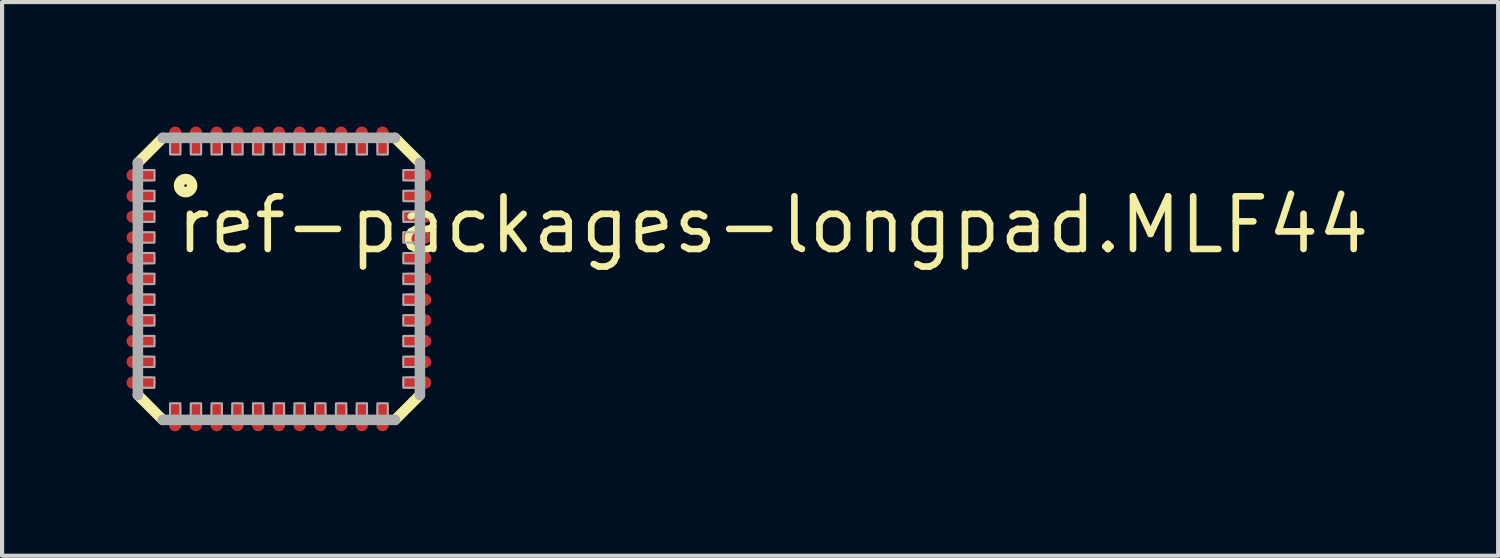
<source format=kicad_pcb>
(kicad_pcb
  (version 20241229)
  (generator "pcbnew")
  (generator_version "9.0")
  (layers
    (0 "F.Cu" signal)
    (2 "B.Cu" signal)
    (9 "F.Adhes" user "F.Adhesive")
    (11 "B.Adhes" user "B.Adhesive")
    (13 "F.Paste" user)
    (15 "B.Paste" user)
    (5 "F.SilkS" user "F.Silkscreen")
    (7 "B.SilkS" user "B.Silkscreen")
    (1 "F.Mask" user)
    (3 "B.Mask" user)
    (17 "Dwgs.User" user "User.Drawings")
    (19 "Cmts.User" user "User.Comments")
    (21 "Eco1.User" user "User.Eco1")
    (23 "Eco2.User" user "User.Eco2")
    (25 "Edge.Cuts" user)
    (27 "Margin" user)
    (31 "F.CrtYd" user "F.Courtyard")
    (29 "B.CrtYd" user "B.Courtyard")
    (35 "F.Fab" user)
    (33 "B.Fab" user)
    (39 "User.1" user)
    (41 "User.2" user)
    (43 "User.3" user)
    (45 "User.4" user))
  (footprint "ref-packages-longpad.MLF44"
    (layer "F.Cu")
    (at 3.675 3.675)
    (property "Reference" "ref-packages-longpad.MLF44" (at -2.552 -0.558 0) (layer "F.SilkS") (effects (font (size 1.27 1.27) (thickness 0.16)) (justify left bottom)))
    (attr smd)
    (fp_line (start -3.4 -2.8) (end -2.8 -3.4) (stroke (width 0.254) (type default)) (layer "F.SilkS"))
    (fp_line (start -2.8 3.4) (end -3.4 2.8) (stroke (width 0.254) (type default)) (layer "F.SilkS"))
    (fp_line (start 2.8 -3.4) (end 3.4 -2.8) (stroke (width 0.254) (type default)) (layer "F.SilkS"))
    (fp_line (start 3.4 2.8) (end 2.8 3.4) (stroke (width 0.254) (type default)) (layer "F.SilkS"))
    (fp_circle (center -2.25 -2.25) (end -2.092 -2.25) (stroke (width 0.254) (type default)) (fill no) (layer "F.SilkS"))
    (fp_line (start -3.4 2.8) (end -3.4 -2.8) (stroke (width 0.254) (type default)) (layer "F.Fab"))
    (fp_line (start -2.8 -3.4) (end 2.8 -3.4) (stroke (width 0.254) (type default)) (layer "F.Fab"))
    (fp_line (start 2.8 3.4) (end -2.8 3.4) (stroke (width 0.254) (type default)) (layer "F.Fab"))
    (fp_line (start 3.4 -2.8) (end 3.4 2.8) (stroke (width 0.254) (type default)) (layer "F.Fab"))
    (fp_rect (start -3.5 -2.375) (end -3 -2.625) (stroke (width 0.05) (type default)) (fill no) (layer "F.Fab"))
    (fp_rect (start -3.5 -1.875) (end -3 -2.125) (stroke (width 0.05) (type default)) (fill no) (layer "F.Fab"))
    (fp_rect (start -3.5 -1.375) (end -3 -1.625) (stroke (width 0.05) (type default)) (fill no) (layer "F.Fab"))
    (fp_rect (start -3.5 -0.875) (end -3 -1.125) (stroke (width 0.05) (type default)) (fill no) (layer "F.Fab"))
    (fp_rect (start -3.5 -0.375) (end -3 -0.625) (stroke (width 0.05) (type default)) (fill no) (layer "F.Fab"))
    (fp_rect (start -3.5 0.125) (end -3 -0.125) (stroke (width 0.05) (type default)) (fill no) (layer "F.Fab"))
    (fp_rect (start -3.5 0.625) (end -3 0.375) (stroke (width 0.05) (type default)) (fill no) (layer "F.Fab"))
    (fp_rect (start -3.5 1.125) (end -3 0.875) (stroke (width 0.05) (type default)) (fill no) (layer "F.Fab"))
    (fp_rect (start -3.5 1.625) (end -3 1.375) (stroke (width 0.05) (type default)) (fill no) (layer "F.Fab"))
    (fp_rect (start -3.5 2.125) (end -3 1.875) (stroke (width 0.05) (type default)) (fill no) (layer "F.Fab"))
    (fp_rect (start -3.5 2.625) (end -3 2.375) (stroke (width 0.05) (type default)) (fill no) (layer "F.Fab"))
    (fp_rect (start -2.625 -3) (end -2.375 -3.5) (stroke (width 0.05) (type default)) (fill no) (layer "F.Fab"))
    (fp_rect (start -2.625 3.5) (end -2.375 3) (stroke (width 0.05) (type default)) (fill no) (layer "F.Fab"))
    (fp_rect (start -2.125 -3) (end -1.875 -3.5) (stroke (width 0.05) (type default)) (fill no) (layer "F.Fab"))
    (fp_rect (start -2.125 3.5) (end -1.875 3) (stroke (width 0.05) (type default)) (fill no) (layer "F.Fab"))
    (fp_rect (start -1.625 -3) (end -1.375 -3.5) (stroke (width 0.05) (type default)) (fill no) (layer "F.Fab"))
    (fp_rect (start -1.625 3.5) (end -1.375 3) (stroke (width 0.05) (type default)) (fill no) (layer "F.Fab"))
    (fp_rect (start -1.125 -3) (end -0.875 -3.5) (stroke (width 0.05) (type default)) (fill no) (layer "F.Fab"))
    (fp_rect (start -1.125 3.5) (end -0.875 3) (stroke (width 0.05) (type default)) (fill no) (layer "F.Fab"))
    (fp_rect (start -0.625 -3) (end -0.375 -3.5) (stroke (width 0.05) (type default)) (fill no) (layer "F.Fab"))
    (fp_rect (start -0.625 3.5) (end -0.375 3) (stroke (width 0.05) (type default)) (fill no) (layer "F.Fab"))
    (fp_rect (start -0.125 -3) (end 0.125 -3.5) (stroke (width 0.05) (type default)) (fill no) (layer "F.Fab"))
    (fp_rect (start -0.125 3.5) (end 0.125 3) (stroke (width 0.05) (type default)) (fill no) (layer "F.Fab"))
    (fp_rect (start 0.375 -3) (end 0.625 -3.5) (stroke (width 0.05) (type default)) (fill no) (layer "F.Fab"))
    (fp_rect (start 0.375 3.5) (end 0.625 3) (stroke (width 0.05) (type default)) (fill no) (layer "F.Fab"))
    (fp_rect (start 0.875 -3) (end 1.125 -3.5) (stroke (width 0.05) (type default)) (fill no) (layer "F.Fab"))
    (fp_rect (start 0.875 3.5) (end 1.125 3) (stroke (width 0.05) (type default)) (fill no) (layer "F.Fab"))
    (fp_rect (start 1.375 -3) (end 1.625 -3.5) (stroke (width 0.05) (type default)) (fill no) (layer "F.Fab"))
    (fp_rect (start 1.375 3.5) (end 1.625 3) (stroke (width 0.05) (type default)) (fill no) (layer "F.Fab"))
    (fp_rect (start 1.875 -3) (end 2.125 -3.5) (stroke (width 0.05) (type default)) (fill no) (layer "F.Fab"))
    (fp_rect (start 1.875 3.5) (end 2.125 3) (stroke (width 0.05) (type default)) (fill no) (layer "F.Fab"))
    (fp_rect (start 2.375 -3) (end 2.625 -3.5) (stroke (width 0.05) (type default)) (fill no) (layer "F.Fab"))
    (fp_rect (start 2.375 3.5) (end 2.625 3) (stroke (width 0.05) (type default)) (fill no) (layer "F.Fab"))
    (fp_rect (start 3 -2.375) (end 3.5 -2.625) (stroke (width 0.05) (type default)) (fill no) (layer "F.Fab"))
    (fp_rect (start 3 -1.875) (end 3.5 -2.125) (stroke (width 0.05) (type default)) (fill no) (layer "F.Fab"))
    (fp_rect (start 3 -1.375) (end 3.5 -1.625) (stroke (width 0.05) (type default)) (fill no) (layer "F.Fab"))
    (fp_rect (start 3 -0.875) (end 3.5 -1.125) (stroke (width 0.05) (type default)) (fill no) (layer "F.Fab"))
    (fp_rect (start 3 -0.375) (end 3.5 -0.625) (stroke (width 0.05) (type default)) (fill no) (layer "F.Fab"))
    (fp_rect (start 3 0.125) (end 3.5 -0.125) (stroke (width 0.05) (type default)) (fill no) (layer "F.Fab"))
    (fp_rect (start 3 0.625) (end 3.5 0.375) (stroke (width 0.05) (type default)) (fill no) (layer "F.Fab"))
    (fp_rect (start 3 1.125) (end 3.5 0.875) (stroke (width 0.05) (type default)) (fill no) (layer "F.Fab"))
    (fp_rect (start 3 1.625) (end 3.5 1.375) (stroke (width 0.05) (type default)) (fill no) (layer "F.Fab"))
    (fp_rect (start 3 2.125) (end 3.5 1.875) (stroke (width 0.05) (type default)) (fill no) (layer "F.Fab"))
    (fp_rect (start 3 2.625) (end 3.5 2.375) (stroke (width 0.05) (type default)) (fill no) (layer "F.Fab"))
    (pad "1" smd roundrect (at -3.325 -2.5) (size 0.7 0.3) (layers "F.Cu" "F.Mask" "F.Paste") (roundrect_rratio 0.5))
    (pad "2" smd roundrect (at -3.325 -2) (size 0.7 0.3) (layers "F.Cu" "F.Mask" "F.Paste") (roundrect_rratio 0.5))
    (pad "3" smd roundrect (at -3.325 -1.5) (size 0.7 0.3) (layers "F.Cu" "F.Mask" "F.Paste") (roundrect_rratio 0.5))
    (pad "4" smd roundrect (at -3.325 -1) (size 0.7 0.3) (layers "F.Cu" "F.Mask" "F.Paste") (roundrect_rratio 0.5))
    (pad "5" smd roundrect (at -3.325 -0.5) (size 0.7 0.3) (layers "F.Cu" "F.Mask" "F.Paste") (roundrect_rratio 0.5))
    (pad "6" smd roundrect (at -3.325 0) (size 0.7 0.3) (layers "F.Cu" "F.Mask" "F.Paste") (roundrect_rratio 0.5))
    (pad "7" smd roundrect (at -3.325 0.5) (size 0.7 0.3) (layers "F.Cu" "F.Mask" "F.Paste") (roundrect_rratio 0.5))
    (pad "8" smd roundrect (at -3.325 1) (size 0.7 0.3) (layers "F.Cu" "F.Mask" "F.Paste") (roundrect_rratio 0.5))
    (pad "9" smd roundrect (at -3.325 1.5) (size 0.7 0.3) (layers "F.Cu" "F.Mask" "F.Paste") (roundrect_rratio 0.5))
    (pad "10" smd roundrect (at -3.325 2) (size 0.7 0.3) (layers "F.Cu" "F.Mask" "F.Paste") (roundrect_rratio 0.5))
    (pad "11" smd roundrect (at -3.325 2.5) (size 0.7 0.3) (layers "F.Cu" "F.Mask" "F.Paste") (roundrect_rratio 0.5))
    (pad "12" smd roundrect (at -2.5 3.325) (size 0.3 0.7) (layers "F.Cu" "F.Mask" "F.Paste") (roundrect_rratio 0.5))
    (pad "13" smd roundrect (at -2 3.325) (size 0.3 0.7) (layers "F.Cu" "F.Mask" "F.Paste") (roundrect_rratio 0.5))
    (pad "14" smd roundrect (at -1.5 3.325) (size 0.3 0.7) (layers "F.Cu" "F.Mask" "F.Paste") (roundrect_rratio 0.5))
    (pad "15" smd roundrect (at -1 3.325) (size 0.3 0.7) (layers "F.Cu" "F.Mask" "F.Paste") (roundrect_rratio 0.5))
    (pad "16" smd roundrect (at -0.5 3.325) (size 0.3 0.7) (layers "F.Cu" "F.Mask" "F.Paste") (roundrect_rratio 0.5))
    (pad "17" smd roundrect (at 0 3.325) (size 0.3 0.7) (layers "F.Cu" "F.Mask" "F.Paste") (roundrect_rratio 0.5))
    (pad "18" smd roundrect (at 0.5 3.325) (size 0.3 0.7) (layers "F.Cu" "F.Mask" "F.Paste") (roundrect_rratio 0.5))
    (pad "19" smd roundrect (at 1 3.325) (size 0.3 0.7) (layers "F.Cu" "F.Mask" "F.Paste") (roundrect_rratio 0.5))
    (pad "20" smd roundrect (at 1.5 3.325) (size 0.3 0.7) (layers "F.Cu" "F.Mask" "F.Paste") (roundrect_rratio 0.5))
    (pad "21" smd roundrect (at 2 3.325) (size 0.3 0.7) (layers "F.Cu" "F.Mask" "F.Paste") (roundrect_rratio 0.5))
    (pad "22" smd roundrect (at 2.5 3.325) (size 0.3 0.7) (layers "F.Cu" "F.Mask" "F.Paste") (roundrect_rratio 0.5))
    (pad "23" smd roundrect (at 3.325 2.5) (size 0.7 0.3) (layers "F.Cu" "F.Mask" "F.Paste") (roundrect_rratio 0.5))
    (pad "24" smd roundrect (at 3.325 2) (size 0.7 0.3) (layers "F.Cu" "F.Mask" "F.Paste") (roundrect_rratio 0.5))
    (pad "25" smd roundrect (at 3.325 1.5) (size 0.7 0.3) (layers "F.Cu" "F.Mask" "F.Paste") (roundrect_rratio 0.5))
    (pad "26" smd roundrect (at 3.325 1) (size 0.7 0.3) (layers "F.Cu" "F.Mask" "F.Paste") (roundrect_rratio 0.5))
    (pad "27" smd roundrect (at 3.325 0.5) (size 0.7 0.3) (layers "F.Cu" "F.Mask" "F.Paste") (roundrect_rratio 0.5))
    (pad "28" smd roundrect (at 3.325 0) (size 0.7 0.3) (layers "F.Cu" "F.Mask" "F.Paste") (roundrect_rratio 0.5))
    (pad "29" smd roundrect (at 3.325 -0.5) (size 0.7 0.3) (layers "F.Cu" "F.Mask" "F.Paste") (roundrect_rratio 0.5))
    (pad "30" smd roundrect (at 3.325 -1) (size 0.7 0.3) (layers "F.Cu" "F.Mask" "F.Paste") (roundrect_rratio 0.5))
    (pad "31" smd roundrect (at 3.325 -1.5) (size 0.7 0.3) (layers "F.Cu" "F.Mask" "F.Paste") (roundrect_rratio 0.5))
    (pad "32" smd roundrect (at 3.325 -2) (size 0.7 0.3) (layers "F.Cu" "F.Mask" "F.Paste") (roundrect_rratio 0.5))
    (pad "33" smd roundrect (at 3.325 -2.5) (size 0.7 0.3) (layers "F.Cu" "F.Mask" "F.Paste") (roundrect_rratio 0.5))
    (pad "34" smd roundrect (at 2.5 -3.325) (size 0.3 0.7) (layers "F.Cu" "F.Mask" "F.Paste") (roundrect_rratio 0.5))
    (pad "35" smd roundrect (at 2 -3.325) (size 0.3 0.7) (layers "F.Cu" "F.Mask" "F.Paste") (roundrect_rratio 0.5))
    (pad "36" smd roundrect (at 1.5 -3.325) (size 0.3 0.7) (layers "F.Cu" "F.Mask" "F.Paste") (roundrect_rratio 0.5))
    (pad "37" smd roundrect (at 1 -3.325) (size 0.3 0.7) (layers "F.Cu" "F.Mask" "F.Paste") (roundrect_rratio 0.5))
    (pad "38" smd roundrect (at 0.5 -3.325) (size 0.3 0.7) (layers "F.Cu" "F.Mask" "F.Paste") (roundrect_rratio 0.5))
    (pad "39" smd roundrect (at 0 -3.325) (size 0.3 0.7) (layers "F.Cu" "F.Mask" "F.Paste") (roundrect_rratio 0.5))
    (pad "40" smd roundrect (at -0.5 -3.325) (size 0.3 0.7) (layers "F.Cu" "F.Mask" "F.Paste") (roundrect_rratio 0.5))
    (pad "41" smd roundrect (at -1 -3.325) (size 0.3 0.7) (layers "F.Cu" "F.Mask" "F.Paste") (roundrect_rratio 0.5))
    (pad "42" smd roundrect (at -1.5 -3.325) (size 0.3 0.7) (layers "F.Cu" "F.Mask" "F.Paste") (roundrect_rratio 0.5))
    (pad "43" smd roundrect (at -2 -3.325) (size 0.3 0.7) (layers "F.Cu" "F.Mask" "F.Paste") (roundrect_rratio 0.5))
    (pad "44" smd roundrect (at -2.5 -3.325) (size 0.3 0.7) (layers "F.Cu" "F.Mask" "F.Paste") (roundrect_rratio 0.5)))
  (gr_rect
    (start -3 -3)
    (end 33.075 10.35)
    (stroke (width 0.1) (type default))
    (fill no)
    (layer "Edge.Cuts")))
</source>
